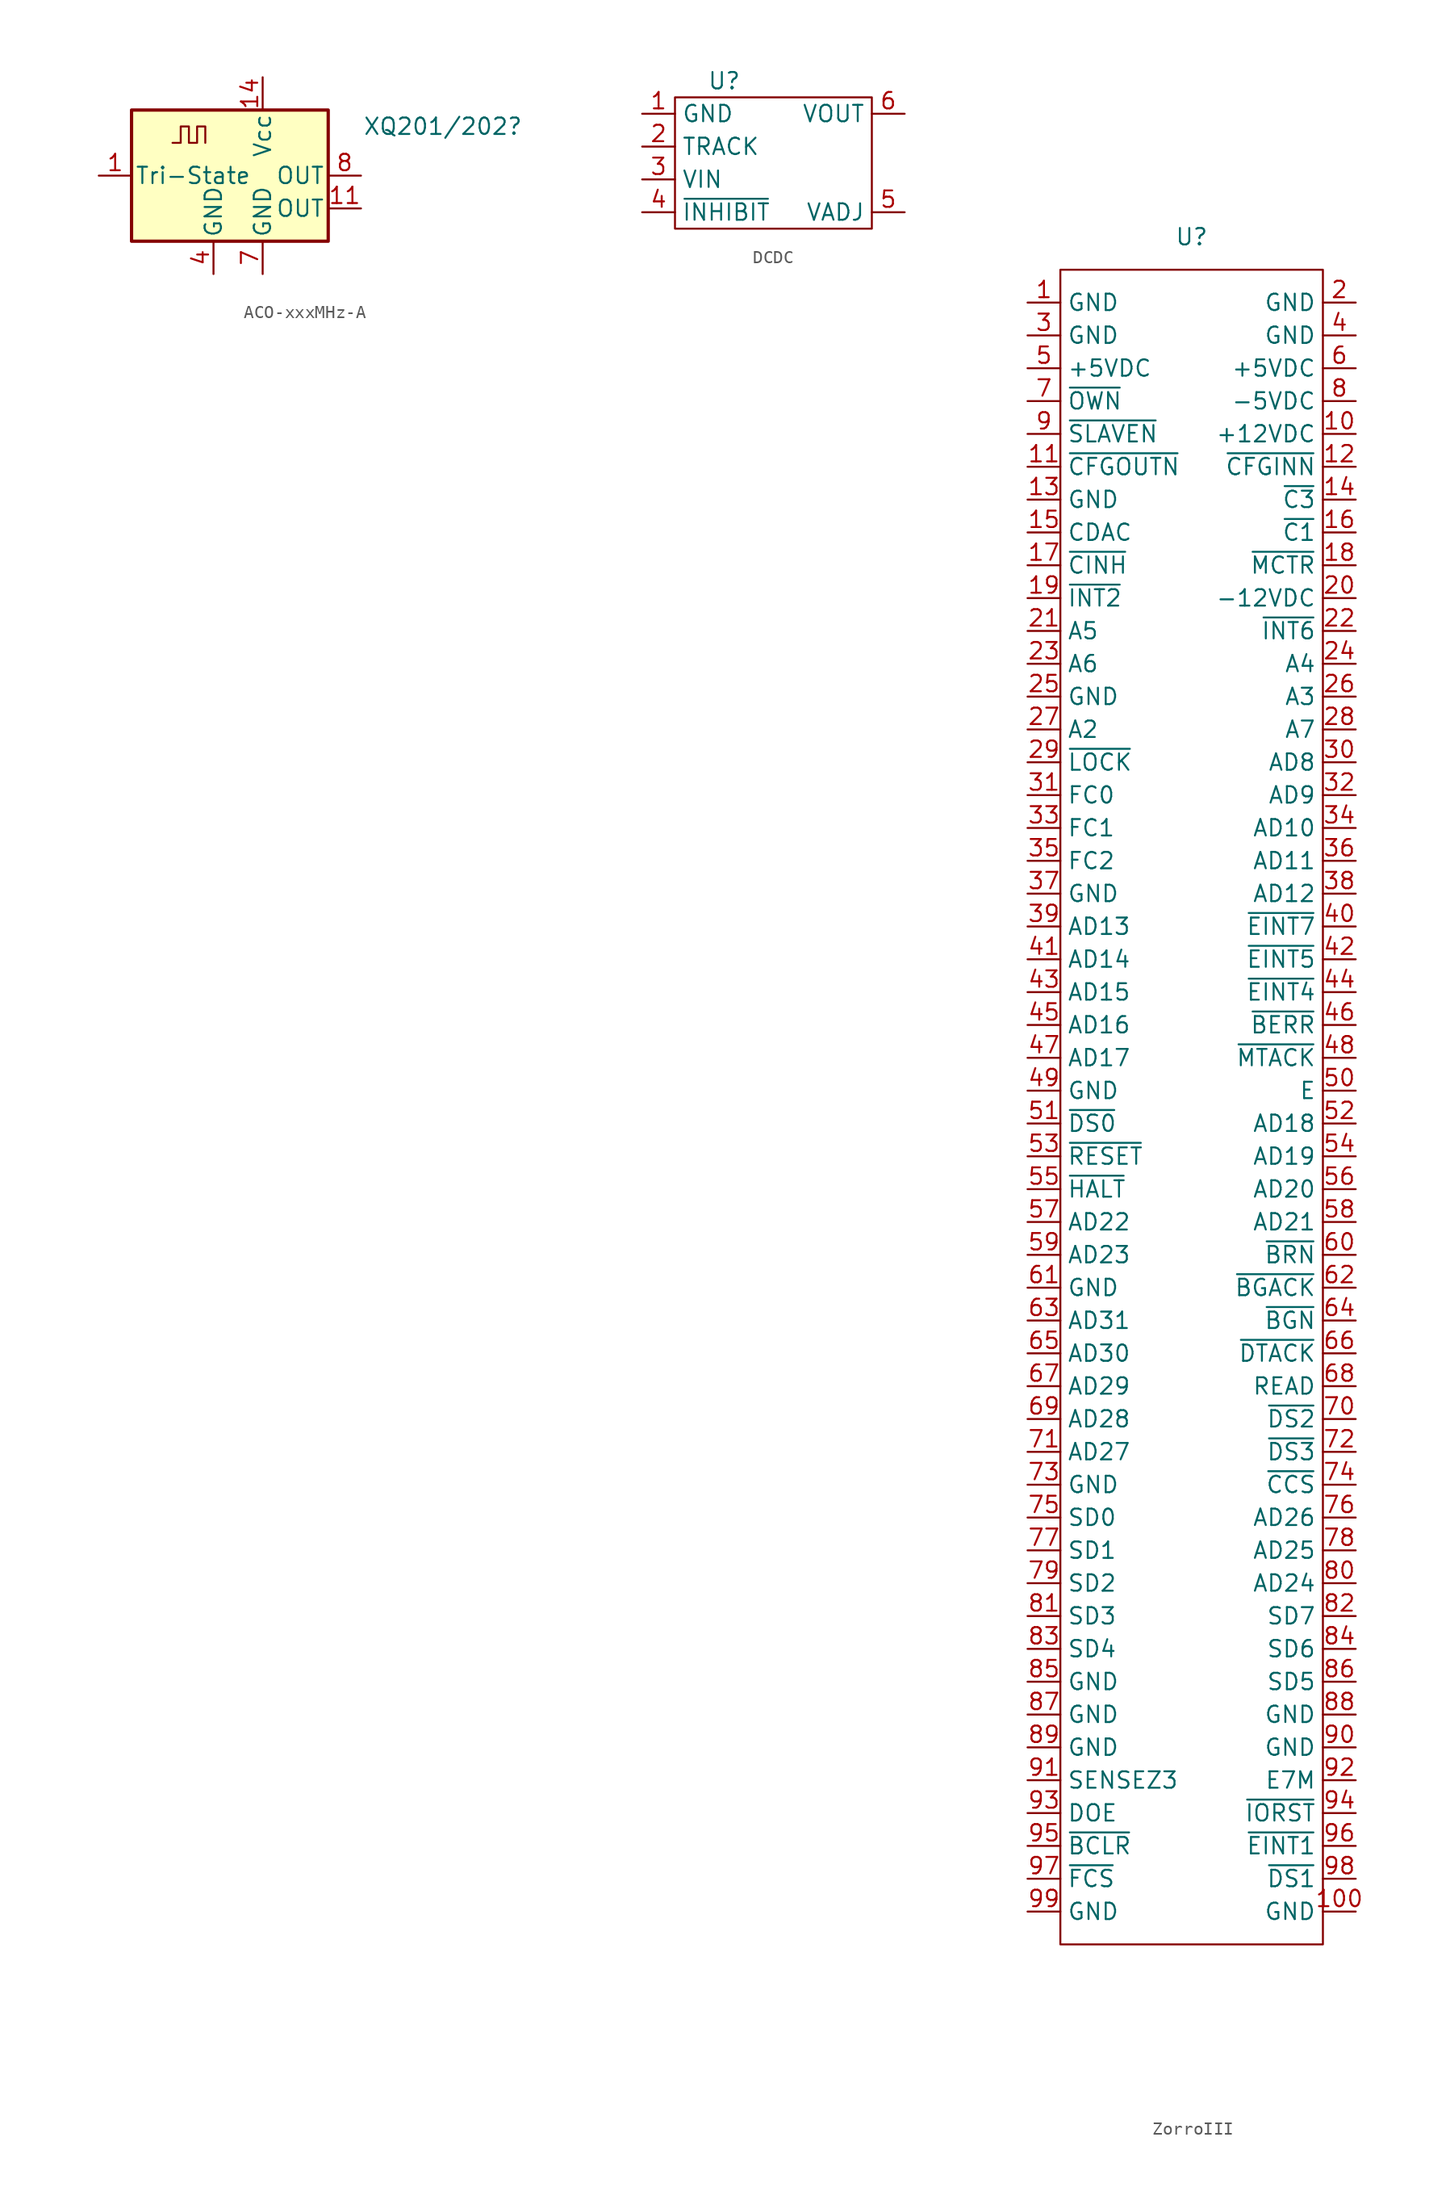
<source format=kicad_sym>
(kicad_symbol_lib
  (version 20220914)
  (generator kicad_symbol_editor)
  (symbol "ACO-xxxMHz-A"
    (pin_names
      (offset 0.254))
    (property "Reference" "XQ201/202"
      (at 13.97 3.81 0)
      (effects (font (size 1.27 1.27))))
    (symbol "ACO-xxxMHz-A_0_1"
      (rectangle (start -10.16 5.08) (end 5.08 -5.08) (stroke (width 0.254) (type default)) (fill (type background)))
      (polyline (pts (xy -6.985 2.54) (xy -6.35 2.54) (xy -6.35 3.81) (xy -5.715 3.81) (xy -5.715 2.54) (xy -5.08 2.54) (xy -5.08 3.81) (xy -4.445 3.81) (xy -4.445 2.54)) (stroke (width 0) (type default)) (fill (type none))))
    (symbol "ACO-xxxMHz-A_1_1"
      (pin input line (at -12.7 0 0) (length 2.54) (name "Tri-State" (effects (font (size 1.27 1.27)))) (number "1" (effects (font (size 1.27 1.27)))))
      (pin output line (at 7.62 -2.54 180) (length 2.54) (name "OUT" (effects (font (size 1.27 1.27)))) (number "11" (effects (font (size 1.27 1.27)))))
      (pin power_in line (at 0 7.62 270) (length 2.54) (name "Vcc" (effects (font (size 1.27 1.27)))) (number "14" (effects (font (size 1.27 1.27)))))
      (pin power_in line (at -3.81 -7.62 90) (length 2.54) (name "GND" (effects (font (size 1.27 1.27)))) (number "4" (effects (font (size 1.27 1.27)))))
      (pin power_in line (at 0 -7.62 90) (length 2.54) (name "GND" (effects (font (size 1.27 1.27)))) (number "7" (effects (font (size 1.27 1.27)))))
      (pin output line (at 7.62 0 180) (length 2.54) (name "OUT" (effects (font (size 1.27 1.27)))) (number "8" (effects (font (size 1.27 1.27)))))))
  (symbol "DCDC"
    (property "Reference" "U"
      (at 0 0 0)
      (effects (font (size 1.27 1.27))))
    (property "Value" ""
      (at 0 0 0)
      (effects (font (size 1.27 1.27))))
    (symbol "DCDC_0_1"
      (rectangle (start -3.81 -1.27) (end 11.43 -11.43) (stroke (width 0) (type default)) (fill (type none))))
    (symbol "DCDC_1_1"
      (pin power_in line (at -6.35 -2.54 0) (length 2.54) (name "GND" (effects (font (size 1.27 1.27)))) (number "1" (effects (font (size 1.27 1.27)))))
      (pin input line (at -6.35 -5.08 0) (length 2.54) (name "TRACK" (effects (font (size 1.27 1.27)))) (number "2" (effects (font (size 1.27 1.27)))))
      (pin input line (at -6.35 -7.62 0) (length 2.54) (name "VIN" (effects (font (size 1.27 1.27)))) (number "3" (effects (font (size 1.27 1.27)))))
      (pin input line (at -6.35 -10.16 0) (length 2.54) (name "~{INHIBIT}" (effects (font (size 1.27 1.27)))) (number "4" (effects (font (size 1.27 1.27)))))
      (pin input line (at 13.97 -10.16 180) (length 2.54) (name "VADJ" (effects (font (size 1.27 1.27)))) (number "5" (effects (font (size 1.27 1.27)))))
      (pin input line (at 13.97 -2.54 180) (length 2.54) (name "VOUT" (effects (font (size 1.27 1.27)))) (number "6" (effects (font (size 1.27 1.27)))))))
  (symbol "ZorroIII"
    (property "Reference" "U"
      (at 0 0 0)
      (effects (font (size 1.27 1.27))))
    (property "Value" ""
      (at 0 0 0)
      (effects (font (size 1.27 1.27))))
    (symbol "ZorroIII_0_1"
      (rectangle (start -10.16 -2.54) (end 10.16 -132.08) (stroke (width 0) (type default)) (fill (type none))))
    (symbol "ZorroIII_1_1"
      (pin power_out line (at -12.7 -5.08 0) (length 2.54) (name "GND" (effects (font (size 1.27 1.27)))) (number "1" (effects (font (size 1.27 1.27)))))
      (pin power_out line (at 12.7 -15.24 180) (length 2.54) (name "+12VDC" (effects (font (size 1.27 1.27)))) (number "10" (effects (font (size 1.27 1.27)))))
      (pin power_in line (at 12.7 -129.54 180) (length 2.54) (name "GND" (effects (font (size 1.27 1.27)))) (number "100" (effects (font (size 1.27 1.27)))))
      (pin input line (at -12.7 -17.78 0) (length 2.54) (name "~{CFGOUTN}" (effects (font (size 1.27 1.27)))) (number "11" (effects (font (size 1.27 1.27)))))
      (pin input line (at 12.7 -17.78 180) (length 2.54) (name "~{CFGINN}" (effects (font (size 1.27 1.27)))) (number "12" (effects (font (size 1.27 1.27)))))
      (pin power_in line (at -12.7 -20.32 0) (length 2.54) (name "GND" (effects (font (size 1.27 1.27)))) (number "13" (effects (font (size 1.27 1.27)))))
      (pin input line (at 12.7 -20.32 180) (length 2.54) (name "~{C3}" (effects (font (size 1.27 1.27)))) (number "14" (effects (font (size 1.27 1.27)))))
      (pin input line (at -12.7 -22.86 0) (length 2.54) (name "CDAC" (effects (font (size 1.27 1.27)))) (number "15" (effects (font (size 1.27 1.27)))))
      (pin input line (at 12.7 -22.86 180) (length 2.54) (name "~{C1}" (effects (font (size 1.27 1.27)))) (number "16" (effects (font (size 1.27 1.27)))))
      (pin input line (at -12.7 -25.4 0) (length 2.54) (name "~{CINH}" (effects (font (size 1.27 1.27)))) (number "17" (effects (font (size 1.27 1.27)))))
      (pin input line (at 12.7 -25.4 180) (length 2.54) (name "~{MCTR}" (effects (font (size 1.27 1.27)))) (number "18" (effects (font (size 1.27 1.27)))))
      (pin input line (at -12.7 -27.94 0) (length 2.54) (name "~{INT2}" (effects (font (size 1.27 1.27)))) (number "19" (effects (font (size 1.27 1.27)))))
      (pin power_out line (at 12.7 -5.08 180) (length 2.54) (name "GND" (effects (font (size 1.27 1.27)))) (number "2" (effects (font (size 1.27 1.27)))))
      (pin power_out line (at 12.7 -27.94 180) (length 2.54) (name "-12VDC" (effects (font (size 1.27 1.27)))) (number "20" (effects (font (size 1.27 1.27)))))
      (pin input line (at -12.7 -30.48 0) (length 2.54) (name "A5" (effects (font (size 1.27 1.27)))) (number "21" (effects (font (size 1.27 1.27)))))
      (pin input line (at 12.7 -30.48 180) (length 2.54) (name "~{INT6}" (effects (font (size 1.27 1.27)))) (number "22" (effects (font (size 1.27 1.27)))))
      (pin input line (at -12.7 -33.02 0) (length 2.54) (name "A6" (effects (font (size 1.27 1.27)))) (number "23" (effects (font (size 1.27 1.27)))))
      (pin input line (at 12.7 -33.02 180) (length 2.54) (name "A4" (effects (font (size 1.27 1.27)))) (number "24" (effects (font (size 1.27 1.27)))))
      (pin power_in line (at -12.7 -35.56 0) (length 2.54) (name "GND" (effects (font (size 1.27 1.27)))) (number "25" (effects (font (size 1.27 1.27)))))
      (pin input line (at 12.7 -35.56 180) (length 2.54) (name "A3" (effects (font (size 1.27 1.27)))) (number "26" (effects (font (size 1.27 1.27)))))
      (pin input line (at -12.7 -38.1 0) (length 2.54) (name "A2" (effects (font (size 1.27 1.27)))) (number "27" (effects (font (size 1.27 1.27)))))
      (pin input line (at 12.7 -38.1 180) (length 2.54) (name "A7" (effects (font (size 1.27 1.27)))) (number "28" (effects (font (size 1.27 1.27)))))
      (pin input line (at -12.7 -40.64 0) (length 2.54) (name "~{LOCK}" (effects (font (size 1.27 1.27)))) (number "29" (effects (font (size 1.27 1.27)))))
      (pin power_out line (at -12.7 -7.62 0) (length 2.54) (name "GND" (effects (font (size 1.27 1.27)))) (number "3" (effects (font (size 1.27 1.27)))))
      (pin input line (at 12.7 -40.64 180) (length 2.54) (name "AD8" (effects (font (size 1.27 1.27)))) (number "30" (effects (font (size 1.27 1.27)))))
      (pin input line (at -12.7 -43.18 0) (length 2.54) (name "FC0" (effects (font (size 1.27 1.27)))) (number "31" (effects (font (size 1.27 1.27)))))
      (pin input line (at 12.7 -43.18 180) (length 2.54) (name "AD9" (effects (font (size 1.27 1.27)))) (number "32" (effects (font (size 1.27 1.27)))))
      (pin input line (at -12.7 -45.72 0) (length 2.54) (name "FC1" (effects (font (size 1.27 1.27)))) (number "33" (effects (font (size 1.27 1.27)))))
      (pin input line (at 12.7 -45.72 180) (length 2.54) (name "AD10" (effects (font (size 1.27 1.27)))) (number "34" (effects (font (size 1.27 1.27)))))
      (pin input line (at -12.7 -48.26 0) (length 2.54) (name "FC2" (effects (font (size 1.27 1.27)))) (number "35" (effects (font (size 1.27 1.27)))))
      (pin input line (at 12.7 -48.26 180) (length 2.54) (name "AD11" (effects (font (size 1.27 1.27)))) (number "36" (effects (font (size 1.27 1.27)))))
      (pin power_in line (at -12.7 -50.8 0) (length 2.54) (name "GND" (effects (font (size 1.27 1.27)))) (number "37" (effects (font (size 1.27 1.27)))))
      (pin input line (at 12.7 -50.8 180) (length 2.54) (name "AD12" (effects (font (size 1.27 1.27)))) (number "38" (effects (font (size 1.27 1.27)))))
      (pin input line (at -12.7 -53.34 0) (length 2.54) (name "AD13" (effects (font (size 1.27 1.27)))) (number "39" (effects (font (size 1.27 1.27)))))
      (pin power_out line (at 12.7 -7.62 180) (length 2.54) (name "GND" (effects (font (size 1.27 1.27)))) (number "4" (effects (font (size 1.27 1.27)))))
      (pin input line (at 12.7 -53.34 180) (length 2.54) (name "~{EINT7}" (effects (font (size 1.27 1.27)))) (number "40" (effects (font (size 1.27 1.27)))))
      (pin input line (at -12.7 -55.88 0) (length 2.54) (name "AD14" (effects (font (size 1.27 1.27)))) (number "41" (effects (font (size 1.27 1.27)))))
      (pin input line (at 12.7 -55.88 180) (length 2.54) (name "~{EINT5}" (effects (font (size 1.27 1.27)))) (number "42" (effects (font (size 1.27 1.27)))))
      (pin input line (at -12.7 -58.42 0) (length 2.54) (name "AD15" (effects (font (size 1.27 1.27)))) (number "43" (effects (font (size 1.27 1.27)))))
      (pin input line (at 12.7 -58.42 180) (length 2.54) (name "~{EINT4}" (effects (font (size 1.27 1.27)))) (number "44" (effects (font (size 1.27 1.27)))))
      (pin input line (at -12.7 -60.96 0) (length 2.54) (name "AD16" (effects (font (size 1.27 1.27)))) (number "45" (effects (font (size 1.27 1.27)))))
      (pin input line (at 12.7 -60.96 180) (length 2.54) (name "~{BERR}" (effects (font (size 1.27 1.27)))) (number "46" (effects (font (size 1.27 1.27)))))
      (pin input line (at -12.7 -63.5 0) (length 2.54) (name "AD17" (effects (font (size 1.27 1.27)))) (number "47" (effects (font (size 1.27 1.27)))))
      (pin input line (at 12.7 -63.5 180) (length 2.54) (name "~{MTACK}" (effects (font (size 1.27 1.27)))) (number "48" (effects (font (size 1.27 1.27)))))
      (pin power_in line (at -12.7 -66.04 0) (length 2.54) (name "GND" (effects (font (size 1.27 1.27)))) (number "49" (effects (font (size 1.27 1.27)))))
      (pin power_out line (at -12.7 -10.16 0) (length 2.54) (name "+5VDC" (effects (font (size 1.27 1.27)))) (number "5" (effects (font (size 1.27 1.27)))))
      (pin input line (at 12.7 -66.04 180) (length 2.54) (name "E" (effects (font (size 1.27 1.27)))) (number "50" (effects (font (size 1.27 1.27)))))
      (pin input line (at -12.7 -68.58 0) (length 2.54) (name "~{DS0}" (effects (font (size 1.27 1.27)))) (number "51" (effects (font (size 1.27 1.27)))))
      (pin input line (at 12.7 -68.58 180) (length 2.54) (name "AD18" (effects (font (size 1.27 1.27)))) (number "52" (effects (font (size 1.27 1.27)))))
      (pin input line (at -12.7 -71.12 0) (length 2.54) (name "~{RESET}" (effects (font (size 1.27 1.27)))) (number "53" (effects (font (size 1.27 1.27)))))
      (pin input line (at 12.7 -71.12 180) (length 2.54) (name "AD19" (effects (font (size 1.27 1.27)))) (number "54" (effects (font (size 1.27 1.27)))))
      (pin input line (at -12.7 -73.66 0) (length 2.54) (name "~{HALT}" (effects (font (size 1.27 1.27)))) (number "55" (effects (font (size 1.27 1.27)))))
      (pin input line (at 12.7 -73.66 180) (length 2.54) (name "AD20" (effects (font (size 1.27 1.27)))) (number "56" (effects (font (size 1.27 1.27)))))
      (pin input line (at -12.7 -76.2 0) (length 2.54) (name "AD22" (effects (font (size 1.27 1.27)))) (number "57" (effects (font (size 1.27 1.27)))))
      (pin input line (at 12.7 -76.2 180) (length 2.54) (name "AD21" (effects (font (size 1.27 1.27)))) (number "58" (effects (font (size 1.27 1.27)))))
      (pin input line (at -12.7 -78.74 0) (length 2.54) (name "AD23" (effects (font (size 1.27 1.27)))) (number "59" (effects (font (size 1.27 1.27)))))
      (pin power_out line (at 12.7 -10.16 180) (length 2.54) (name "+5VDC" (effects (font (size 1.27 1.27)))) (number "6" (effects (font (size 1.27 1.27)))))
      (pin input line (at 12.7 -78.74 180) (length 2.54) (name "~{BRN}" (effects (font (size 1.27 1.27)))) (number "60" (effects (font (size 1.27 1.27)))))
      (pin power_in line (at -12.7 -81.28 0) (length 2.54) (name "GND" (effects (font (size 1.27 1.27)))) (number "61" (effects (font (size 1.27 1.27)))))
      (pin input line (at 12.7 -81.28 180) (length 2.54) (name "~{BGACK}" (effects (font (size 1.27 1.27)))) (number "62" (effects (font (size 1.27 1.27)))))
      (pin input line (at -12.7 -83.82 0) (length 2.54) (name "AD31" (effects (font (size 1.27 1.27)))) (number "63" (effects (font (size 1.27 1.27)))))
      (pin input line (at 12.7 -83.82 180) (length 2.54) (name "~{BGN}" (effects (font (size 1.27 1.27)))) (number "64" (effects (font (size 1.27 1.27)))))
      (pin input line (at -12.7 -86.36 0) (length 2.54) (name "AD30" (effects (font (size 1.27 1.27)))) (number "65" (effects (font (size 1.27 1.27)))))
      (pin input line (at 12.7 -86.36 180) (length 2.54) (name "~{DTACK}" (effects (font (size 1.27 1.27)))) (number "66" (effects (font (size 1.27 1.27)))))
      (pin input line (at -12.7 -88.9 0) (length 2.54) (name "AD29" (effects (font (size 1.27 1.27)))) (number "67" (effects (font (size 1.27 1.27)))))
      (pin input line (at 12.7 -88.9 180) (length 2.54) (name "READ" (effects (font (size 1.27 1.27)))) (number "68" (effects (font (size 1.27 1.27)))))
      (pin input line (at -12.7 -91.44 0) (length 2.54) (name "AD28" (effects (font (size 1.27 1.27)))) (number "69" (effects (font (size 1.27 1.27)))))
      (pin input line (at -12.7 -12.7 0) (length 2.54) (name "~{OWN}" (effects (font (size 1.27 1.27)))) (number "7" (effects (font (size 1.27 1.27)))))
      (pin input line (at 12.7 -91.44 180) (length 2.54) (name "~{DS2}" (effects (font (size 1.27 1.27)))) (number "70" (effects (font (size 1.27 1.27)))))
      (pin input line (at -12.7 -93.98 0) (length 2.54) (name "AD27" (effects (font (size 1.27 1.27)))) (number "71" (effects (font (size 1.27 1.27)))))
      (pin input line (at 12.7 -93.98 180) (length 2.54) (name "~{DS3}" (effects (font (size 1.27 1.27)))) (number "72" (effects (font (size 1.27 1.27)))))
      (pin power_in line (at -12.7 -96.52 0) (length 2.54) (name "GND" (effects (font (size 1.27 1.27)))) (number "73" (effects (font (size 1.27 1.27)))))
      (pin input line (at 12.7 -96.52 180) (length 2.54) (name "~{CCS}" (effects (font (size 1.27 1.27)))) (number "74" (effects (font (size 1.27 1.27)))))
      (pin input line (at -12.7 -99.06 0) (length 2.54) (name "SD0" (effects (font (size 1.27 1.27)))) (number "75" (effects (font (size 1.27 1.27)))))
      (pin input line (at 12.7 -99.06 180) (length 2.54) (name "AD26" (effects (font (size 1.27 1.27)))) (number "76" (effects (font (size 1.27 1.27)))))
      (pin input line (at -12.7 -101.6 0) (length 2.54) (name "SD1" (effects (font (size 1.27 1.27)))) (number "77" (effects (font (size 1.27 1.27)))))
      (pin input line (at 12.7 -101.6 180) (length 2.54) (name "AD25" (effects (font (size 1.27 1.27)))) (number "78" (effects (font (size 1.27 1.27)))))
      (pin input line (at -12.7 -104.14 0) (length 2.54) (name "SD2" (effects (font (size 1.27 1.27)))) (number "79" (effects (font (size 1.27 1.27)))))
      (pin power_out line (at 12.7 -12.7 180) (length 2.54) (name "-5VDC" (effects (font (size 1.27 1.27)))) (number "8" (effects (font (size 1.27 1.27)))))
      (pin input line (at 12.7 -104.14 180) (length 2.54) (name "AD24" (effects (font (size 1.27 1.27)))) (number "80" (effects (font (size 1.27 1.27)))))
      (pin input line (at -12.7 -106.68 0) (length 2.54) (name "SD3" (effects (font (size 1.27 1.27)))) (number "81" (effects (font (size 1.27 1.27)))))
      (pin input line (at 12.7 -106.68 180) (length 2.54) (name "SD7" (effects (font (size 1.27 1.27)))) (number "82" (effects (font (size 1.27 1.27)))))
      (pin input line (at -12.7 -109.22 0) (length 2.54) (name "SD4" (effects (font (size 1.27 1.27)))) (number "83" (effects (font (size 1.27 1.27)))))
      (pin input line (at 12.7 -109.22 180) (length 2.54) (name "SD6" (effects (font (size 1.27 1.27)))) (number "84" (effects (font (size 1.27 1.27)))))
      (pin power_in line (at -12.7 -111.76 0) (length 2.54) (name "GND" (effects (font (size 1.27 1.27)))) (number "85" (effects (font (size 1.27 1.27)))))
      (pin input line (at 12.7 -111.76 180) (length 2.54) (name "SD5" (effects (font (size 1.27 1.27)))) (number "86" (effects (font (size 1.27 1.27)))))
      (pin power_in line (at -12.7 -114.3 0) (length 2.54) (name "GND" (effects (font (size 1.27 1.27)))) (number "87" (effects (font (size 1.27 1.27)))))
      (pin power_in line (at 12.7 -114.3 180) (length 2.54) (name "GND" (effects (font (size 1.27 1.27)))) (number "88" (effects (font (size 1.27 1.27)))))
      (pin power_in line (at -12.7 -116.84 0) (length 2.54) (name "GND" (effects (font (size 1.27 1.27)))) (number "89" (effects (font (size 1.27 1.27)))))
      (pin input line (at -12.7 -15.24 0) (length 2.54) (name "~{SLAVEN}" (effects (font (size 1.27 1.27)))) (number "9" (effects (font (size 1.27 1.27)))))
      (pin power_in line (at 12.7 -116.84 180) (length 2.54) (name "GND" (effects (font (size 1.27 1.27)))) (number "90" (effects (font (size 1.27 1.27)))))
      (pin input line (at -12.7 -119.38 0) (length 2.54) (name "SENSEZ3" (effects (font (size 1.27 1.27)))) (number "91" (effects (font (size 1.27 1.27)))))
      (pin input line (at 12.7 -119.38 180) (length 2.54) (name "E7M" (effects (font (size 1.27 1.27)))) (number "92" (effects (font (size 1.27 1.27)))))
      (pin input line (at -12.7 -121.92 0) (length 2.54) (name "DOE" (effects (font (size 1.27 1.27)))) (number "93" (effects (font (size 1.27 1.27)))))
      (pin input line (at 12.7 -121.92 180) (length 2.54) (name "~{IORST}" (effects (font (size 1.27 1.27)))) (number "94" (effects (font (size 1.27 1.27)))))
      (pin input line (at -12.7 -124.46 0) (length 2.54) (name "~{BCLR}" (effects (font (size 1.27 1.27)))) (number "95" (effects (font (size 1.27 1.27)))))
      (pin input line (at 12.7 -124.46 180) (length 2.54) (name "~{EINT1}" (effects (font (size 1.27 1.27)))) (number "96" (effects (font (size 1.27 1.27)))))
      (pin input line (at -12.7 -127 0) (length 2.54) (name "~{FCS}" (effects (font (size 1.27 1.27)))) (number "97" (effects (font (size 1.27 1.27)))))
      (pin input line (at 12.7 -127 180) (length 2.54) (name "~{DS1}" (effects (font (size 1.27 1.27)))) (number "98" (effects (font (size 1.27 1.27)))))
      (pin power_in line (at -12.7 -129.54 0) (length 2.54) (name "GND" (effects (font (size 1.27 1.27)))) (number "99" (effects (font (size 1.27 1.27))))))))
</source>
